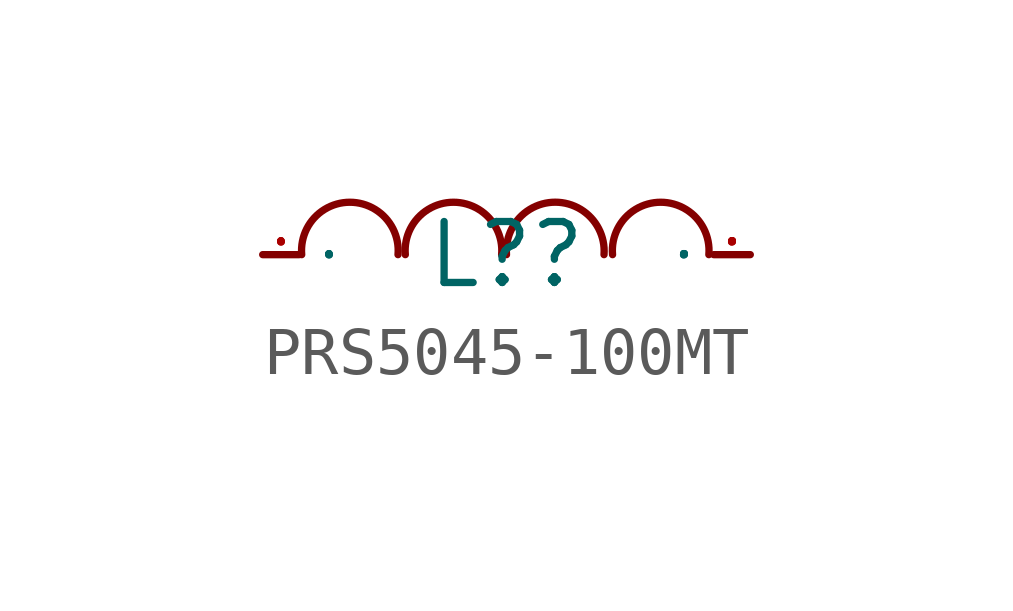
<source format=kicad_sym>
(kicad_symbol_lib
  (version 20231120)
  (generator "kicad_symbol_editor")
  (generator_version "8.0")
  (symbol "PRS5045-100MT"
    (property "Reference" "L?"
      (at 0 0 0)
      (effects (font (size 1.27 1.27))))
    (property "Value" ""
      (at 0 0 0)
      (effects (font (size 1.27 1.27))))
    (symbol "PRS5045-100MT_1_0"
      (arc (start -2.2606 0) (mid -3.2639 1.0922) (end -4.2672 0) (stroke (width 0) (type default)) (fill (type none)))
      (arc (start -0.1016 0) (mid -1.1049 1.0922) (end -2.1082 0) (stroke (width 0) (type default)) (fill (type none)))
      (arc (start 2.032 0) (mid 1.016 1.0922) (end 0 0) (stroke (width 0) (type default)) (fill (type none)))
      (arc (start 4.2164 0) (mid 3.213 1.0923) (end 2.2098 0) (stroke (width 0) (type default)) (fill (type none)))
      (pin input line (at -5.08 0 0) (length 0.762) (name "1" (effects (font (size 0.025 0.025)))) (number "1" (effects (font (size 0.025 0.025)))))
      (pin input line (at 5.08 0 180) (length 0.762) (name "2" (effects (font (size 0.025 0.025)))) (number "2" (effects (font (size 0.025 0.025))))))))
</source>
